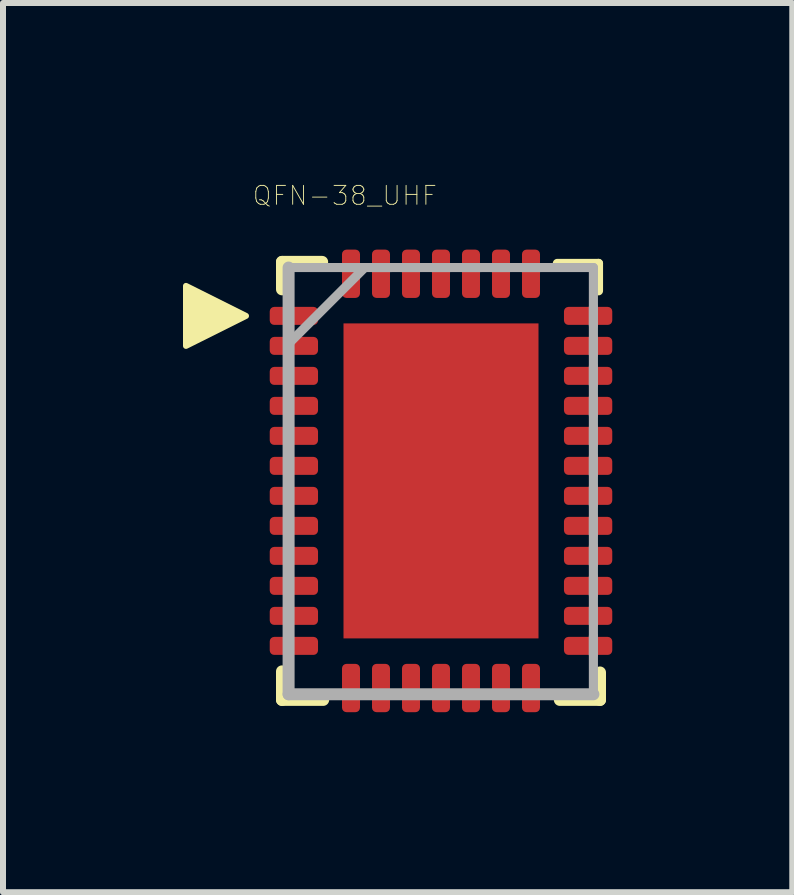
<source format=kicad_pcb>
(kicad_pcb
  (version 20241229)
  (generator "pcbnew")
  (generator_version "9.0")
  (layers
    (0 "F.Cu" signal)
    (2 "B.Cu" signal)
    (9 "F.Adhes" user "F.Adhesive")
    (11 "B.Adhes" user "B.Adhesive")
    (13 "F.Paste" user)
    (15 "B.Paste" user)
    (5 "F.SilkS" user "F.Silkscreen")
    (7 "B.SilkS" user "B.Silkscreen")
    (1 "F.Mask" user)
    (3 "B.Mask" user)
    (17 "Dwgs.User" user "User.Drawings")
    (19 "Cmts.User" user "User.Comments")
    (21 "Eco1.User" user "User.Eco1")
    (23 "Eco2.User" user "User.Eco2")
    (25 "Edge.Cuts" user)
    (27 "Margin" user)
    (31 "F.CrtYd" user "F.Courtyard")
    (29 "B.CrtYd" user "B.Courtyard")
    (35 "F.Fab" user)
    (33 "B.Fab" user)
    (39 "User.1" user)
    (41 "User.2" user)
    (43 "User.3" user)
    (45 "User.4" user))
  (footprint "QFN-38_UHF"
    (layer "F.Cu")
    (at 4.3 4.965)
    (property "Reference" "QFN-38_UHF" (at -1.602 -4.755 0) (layer "F.SilkS") (effects (font (size 0.315 0.315) (thickness 0.015))))
    (attr through_hole)
    (fp_line (start -2.65 -3.65) (end -2.65 -3.193) (stroke (width 0.2) (type solid)) (layer "F.SilkS"))
    (fp_line (start -2.65 3.175) (end -2.65 3.65) (stroke (width 0.2) (type solid)) (layer "F.SilkS"))
    (fp_line (start -2.65 3.65) (end -1.964 3.65) (stroke (width 0.2) (type solid)) (layer "F.SilkS"))
    (fp_line (start -1.981 -3.65) (end -2.65 -3.65) (stroke (width 0.2) (type solid)) (layer "F.SilkS"))
    (fp_line (start 1.981 3.65) (end 2.65 3.65) (stroke (width 0.2) (type solid)) (layer "F.SilkS"))
    (fp_line (start 2.625 -3.625) (end 1.939 -3.625) (stroke (width 0.152) (type solid)) (layer "F.SilkS"))
    (fp_line (start 2.625 -3.168) (end 2.625 -3.625) (stroke (width 0.152) (type solid)) (layer "F.SilkS"))
    (fp_line (start 2.65 3.65) (end 2.65 3.193) (stroke (width 0.2) (type solid)) (layer "F.SilkS"))
    (fp_poly (pts (xy -3.25 -2.75) (xy -4.25 -2.25) (xy -4.25 -3.25)) (stroke (width 0.1) (type solid)) (fill yes) (layer "F.SilkS"))
    (fp_poly (pts (xy -1.525 -2.525) (xy -1.525 -1.413) (xy -0.1 -1.413) (xy -0.1 -2.525)) (stroke (width 0.025) (type solid)) (fill yes) (layer "F.Paste"))
    (fp_poly (pts (xy -1.525 -1.212) (xy -1.525 -0.1) (xy -0.1 -0.1) (xy -0.1 -1.212)) (stroke (width 0.025) (type solid)) (fill yes) (layer "F.Paste"))
    (fp_poly (pts (xy -1.525 0.1) (xy -1.525 1.212) (xy -0.1 1.212) (xy -0.1 0.1)) (stroke (width 0.025) (type solid)) (fill yes) (layer "F.Paste"))
    (fp_poly (pts (xy -1.525 1.413) (xy -1.525 2.525) (xy -0.1 2.525) (xy -0.1 1.413)) (stroke (width 0.025) (type solid)) (fill yes) (layer "F.Paste"))
    (fp_poly (pts (xy 0.1 -2.525) (xy 0.1 -1.413) (xy 1.525 -1.413) (xy 1.525 -2.525)) (stroke (width 0.025) (type solid)) (fill yes) (layer "F.Paste"))
    (fp_poly (pts (xy 0.1 -1.212) (xy 0.1 -0.1) (xy 1.525 -0.1) (xy 1.525 -1.212)) (stroke (width 0.025) (type solid)) (fill yes) (layer "F.Paste"))
    (fp_poly (pts (xy 0.1 0.1) (xy 0.1 1.212) (xy 1.525 1.212) (xy 1.525 0.1)) (stroke (width 0.025) (type solid)) (fill yes) (layer "F.Paste"))
    (fp_poly (pts (xy 0.1 1.413) (xy 0.1 2.525) (xy 1.525 2.525) (xy 1.525 1.413)) (stroke (width 0.025) (type solid)) (fill yes) (layer "F.Paste"))
    (fp_line (start -2.54 -3.556) (end -2.54 3.556) (stroke (width 0.2) (type solid)) (layer "F.Fab"))
    (fp_line (start -2.54 -2.896) (end -2.54 -2.591) (stroke (width 0.152) (type solid)) (layer "F.Fab"))
    (fp_line (start -2.54 -2.388) (end -2.54 -2.108) (stroke (width 0.152) (type solid)) (layer "F.Fab"))
    (fp_line (start -2.54 -2.286) (end -1.27 -3.556) (stroke (width 0.152) (type solid)) (layer "F.Fab"))
    (fp_line (start -2.54 -1.905) (end -2.54 -1.6) (stroke (width 0.152) (type solid)) (layer "F.Fab"))
    (fp_line (start -2.54 -1.397) (end -2.54 -1.092) (stroke (width 0.152) (type solid)) (layer "F.Fab"))
    (fp_line (start -2.54 -0.889) (end -2.54 -0.61) (stroke (width 0.152) (type solid)) (layer "F.Fab"))
    (fp_line (start -2.54 -0.406) (end -2.54 -0.102) (stroke (width 0.152) (type solid)) (layer "F.Fab"))
    (fp_line (start -2.54 0.102) (end -2.54 0.406) (stroke (width 0.152) (type solid)) (layer "F.Fab"))
    (fp_line (start -2.54 0.61) (end -2.54 0.889) (stroke (width 0.152) (type solid)) (layer "F.Fab"))
    (fp_line (start -2.54 1.092) (end -2.54 1.397) (stroke (width 0.152) (type solid)) (layer "F.Fab"))
    (fp_line (start -2.54 1.6) (end -2.54 1.905) (stroke (width 0.152) (type solid)) (layer "F.Fab"))
    (fp_line (start -2.54 2.108) (end -2.54 2.388) (stroke (width 0.152) (type solid)) (layer "F.Fab"))
    (fp_line (start -2.54 2.591) (end -2.54 2.896) (stroke (width 0.152) (type solid)) (layer "F.Fab"))
    (fp_line (start -2.54 3.556) (end 2.54 3.556) (stroke (width 0.2) (type solid)) (layer "F.Fab"))
    (fp_line (start -1.651 3.556) (end -1.346 3.556) (stroke (width 0.152) (type solid)) (layer "F.Fab"))
    (fp_line (start -1.346 -3.556) (end -1.651 -3.556) (stroke (width 0.152) (type solid)) (layer "F.Fab"))
    (fp_line (start -1.143 3.556) (end -0.838 3.556) (stroke (width 0.152) (type solid)) (layer "F.Fab"))
    (fp_line (start -0.838 -3.556) (end -1.143 -3.556) (stroke (width 0.152) (type solid)) (layer "F.Fab"))
    (fp_line (start -0.66 3.556) (end -0.356 3.556) (stroke (width 0.152) (type solid)) (layer "F.Fab"))
    (fp_line (start -0.356 -3.556) (end -0.66 -3.556) (stroke (width 0.152) (type solid)) (layer "F.Fab"))
    (fp_line (start -0.152 3.556) (end 0.152 3.556) (stroke (width 0.152) (type solid)) (layer "F.Fab"))
    (fp_line (start 0.152 -3.556) (end -0.152 -3.556) (stroke (width 0.152) (type solid)) (layer "F.Fab"))
    (fp_line (start 0.356 3.556) (end 0.66 3.556) (stroke (width 0.152) (type solid)) (layer "F.Fab"))
    (fp_line (start 0.66 -3.556) (end 0.356 -3.556) (stroke (width 0.152) (type solid)) (layer "F.Fab"))
    (fp_line (start 0.838 3.556) (end 1.143 3.556) (stroke (width 0.152) (type solid)) (layer "F.Fab"))
    (fp_line (start 1.143 -3.556) (end 0.838 -3.556) (stroke (width 0.152) (type solid)) (layer "F.Fab"))
    (fp_line (start 1.346 3.556) (end 1.651 3.556) (stroke (width 0.152) (type solid)) (layer "F.Fab"))
    (fp_line (start 1.651 -3.556) (end 1.346 -3.556) (stroke (width 0.152) (type solid)) (layer "F.Fab"))
    (fp_line (start 2.54 -3.556) (end -2.54 -3.556) (stroke (width 0.152) (type solid)) (layer "F.Fab"))
    (fp_line (start 2.54 -2.591) (end 2.54 -2.896) (stroke (width 0.152) (type solid)) (layer "F.Fab"))
    (fp_line (start 2.54 -2.108) (end 2.54 -2.388) (stroke (width 0.152) (type solid)) (layer "F.Fab"))
    (fp_line (start 2.54 -1.6) (end 2.54 -1.905) (stroke (width 0.152) (type solid)) (layer "F.Fab"))
    (fp_line (start 2.54 -1.092) (end 2.54 -1.397) (stroke (width 0.152) (type solid)) (layer "F.Fab"))
    (fp_line (start 2.54 -0.61) (end 2.54 -0.889) (stroke (width 0.152) (type solid)) (layer "F.Fab"))
    (fp_line (start 2.54 -0.102) (end 2.54 -0.406) (stroke (width 0.152) (type solid)) (layer "F.Fab"))
    (fp_line (start 2.54 0.406) (end 2.54 0.102) (stroke (width 0.152) (type solid)) (layer "F.Fab"))
    (fp_line (start 2.54 0.889) (end 2.54 0.61) (stroke (width 0.152) (type solid)) (layer "F.Fab"))
    (fp_line (start 2.54 1.397) (end 2.54 1.092) (stroke (width 0.152) (type solid)) (layer "F.Fab"))
    (fp_line (start 2.54 1.905) (end 2.54 1.6) (stroke (width 0.152) (type solid)) (layer "F.Fab"))
    (fp_line (start 2.54 2.388) (end 2.54 2.108) (stroke (width 0.152) (type solid)) (layer "F.Fab"))
    (fp_line (start 2.54 2.896) (end 2.54 2.591) (stroke (width 0.152) (type solid)) (layer "F.Fab"))
    (fp_line (start 2.54 3.556) (end 2.54 -3.556) (stroke (width 0.152) (type solid)) (layer "F.Fab"))
    (pad "1" smd roundrect (at -2.452 -2.75) (size 0.805 0.3) (layers "F.Cu" "F.Mask" "F.Paste") (roundrect_rratio 0.25))
    (pad "2" smd roundrect (at -2.452 -2.25) (size 0.805 0.3) (layers "F.Cu" "F.Mask" "F.Paste") (roundrect_rratio 0.25))
    (pad "3" smd roundrect (at -2.452 -1.75) (size 0.805 0.3) (layers "F.Cu" "F.Mask" "F.Paste") (roundrect_rratio 0.25))
    (pad "4" smd roundrect (at -2.452 -1.25) (size 0.805 0.3) (layers "F.Cu" "F.Mask" "F.Paste") (roundrect_rratio 0.25))
    (pad "5" smd roundrect (at -2.452 -0.75) (size 0.805 0.3) (layers "F.Cu" "F.Mask" "F.Paste") (roundrect_rratio 0.25))
    (pad "6" smd roundrect (at -2.452 -0.25) (size 0.805 0.3) (layers "F.Cu" "F.Mask" "F.Paste") (roundrect_rratio 0.25))
    (pad "7" smd roundrect (at -2.452 0.25) (size 0.805 0.3) (layers "F.Cu" "F.Mask" "F.Paste") (roundrect_rratio 0.25))
    (pad "8" smd roundrect (at -2.452 0.75) (size 0.805 0.3) (layers "F.Cu" "F.Mask" "F.Paste") (roundrect_rratio 0.25))
    (pad "9" smd roundrect (at -2.452 1.25) (size 0.805 0.3) (layers "F.Cu" "F.Mask" "F.Paste") (roundrect_rratio 0.25))
    (pad "10" smd roundrect (at -2.452 1.75) (size 0.805 0.3) (layers "F.Cu" "F.Mask" "F.Paste") (roundrect_rratio 0.25))
    (pad "11" smd roundrect (at -2.452 2.25) (size 0.805 0.3) (layers "F.Cu" "F.Mask" "F.Paste") (roundrect_rratio 0.25))
    (pad "12" smd roundrect (at -2.452 2.75) (size 0.805 0.3) (layers "F.Cu" "F.Mask" "F.Paste") (roundrect_rratio 0.25))
    (pad "13" smd roundrect (at -1.5 3.452) (size 0.3 0.805) (layers "F.Cu" "F.Mask" "F.Paste") (roundrect_rratio 0.25))
    (pad "14" smd roundrect (at -1 3.452) (size 0.3 0.805) (layers "F.Cu" "F.Mask" "F.Paste") (roundrect_rratio 0.25))
    (pad "15" smd roundrect (at -0.5 3.452) (size 0.3 0.805) (layers "F.Cu" "F.Mask" "F.Paste") (roundrect_rratio 0.25))
    (pad "16" smd roundrect (at 0 3.452) (size 0.3 0.805) (layers "F.Cu" "F.Mask" "F.Paste") (roundrect_rratio 0.25))
    (pad "17" smd roundrect (at 0.5 3.452) (size 0.3 0.805) (layers "F.Cu" "F.Mask" "F.Paste") (roundrect_rratio 0.25))
    (pad "18" smd roundrect (at 1 3.452) (size 0.3 0.805) (layers "F.Cu" "F.Mask" "F.Paste") (roundrect_rratio 0.25))
    (pad "19" smd roundrect (at 1.5 3.452) (size 0.3 0.805) (layers "F.Cu" "F.Mask" "F.Paste") (roundrect_rratio 0.25))
    (pad "20" smd roundrect (at 2.452 2.75) (size 0.805 0.3) (layers "F.Cu" "F.Mask" "F.Paste") (roundrect_rratio 0.25))
    (pad "21" smd roundrect (at 2.452 2.25) (size 0.805 0.3) (layers "F.Cu" "F.Mask" "F.Paste") (roundrect_rratio 0.25))
    (pad "22" smd roundrect (at 2.452 1.75) (size 0.805 0.3) (layers "F.Cu" "F.Mask" "F.Paste") (roundrect_rratio 0.25))
    (pad "23" smd roundrect (at 2.452 1.25) (size 0.805 0.3) (layers "F.Cu" "F.Mask" "F.Paste") (roundrect_rratio 0.25))
    (pad "24" smd roundrect (at 2.452 0.75) (size 0.805 0.3) (layers "F.Cu" "F.Mask" "F.Paste") (roundrect_rratio 0.25))
    (pad "25" smd roundrect (at 2.452 0.25) (size 0.805 0.3) (layers "F.Cu" "F.Mask" "F.Paste") (roundrect_rratio 0.25))
    (pad "26" smd roundrect (at 2.452 -0.25) (size 0.805 0.3) (layers "F.Cu" "F.Mask" "F.Paste") (roundrect_rratio 0.25))
    (pad "27" smd roundrect (at 2.452 -0.75) (size 0.805 0.3) (layers "F.Cu" "F.Mask" "F.Paste") (roundrect_rratio 0.25))
    (pad "28" smd roundrect (at 2.452 -1.25) (size 0.805 0.3) (layers "F.Cu" "F.Mask" "F.Paste") (roundrect_rratio 0.25))
    (pad "29" smd roundrect (at 2.452 -1.75) (size 0.805 0.3) (layers "F.Cu" "F.Mask" "F.Paste") (roundrect_rratio 0.25))
    (pad "30" smd roundrect (at 2.452 -2.25) (size 0.805 0.3) (layers "F.Cu" "F.Mask" "F.Paste") (roundrect_rratio 0.25))
    (pad "31" smd roundrect (at 2.452 -2.75) (size 0.805 0.3) (layers "F.Cu" "F.Mask" "F.Paste") (roundrect_rratio 0.25))
    (pad "32" smd roundrect (at 1.5 -3.452) (size 0.3 0.805) (layers "F.Cu" "F.Mask" "F.Paste") (roundrect_rratio 0.25))
    (pad "33" smd roundrect (at 1 -3.452) (size 0.3 0.805) (layers "F.Cu" "F.Mask" "F.Paste") (roundrect_rratio 0.25))
    (pad "34" smd roundrect (at 0.5 -3.452) (size 0.3 0.805) (layers "F.Cu" "F.Mask" "F.Paste") (roundrect_rratio 0.25))
    (pad "35" smd roundrect (at 0 -3.452) (size 0.3 0.805) (layers "F.Cu" "F.Mask" "F.Paste") (roundrect_rratio 0.25))
    (pad "36" smd roundrect (at -0.5 -3.452) (size 0.3 0.805) (layers "F.Cu" "F.Mask" "F.Paste") (roundrect_rratio 0.25))
    (pad "37" smd roundrect (at -1 -3.452) (size 0.3 0.805) (layers "F.Cu" "F.Mask" "F.Paste") (roundrect_rratio 0.25))
    (pad "38" smd roundrect (at -1.5 -3.452) (size 0.3 0.805) (layers "F.Cu" "F.Mask" "F.Paste") (roundrect_rratio 0.25))
    (pad "39" smd rect (at 0 0) (size 3.25 5.25) (layers "F.Cu" "F.Mask")))
  (gr_rect
    (start -3 -3)
    (end 10.155 11.82)
    (stroke (width 0.1) (type default))
    (fill no)
    (layer "Edge.Cuts")))
</source>
